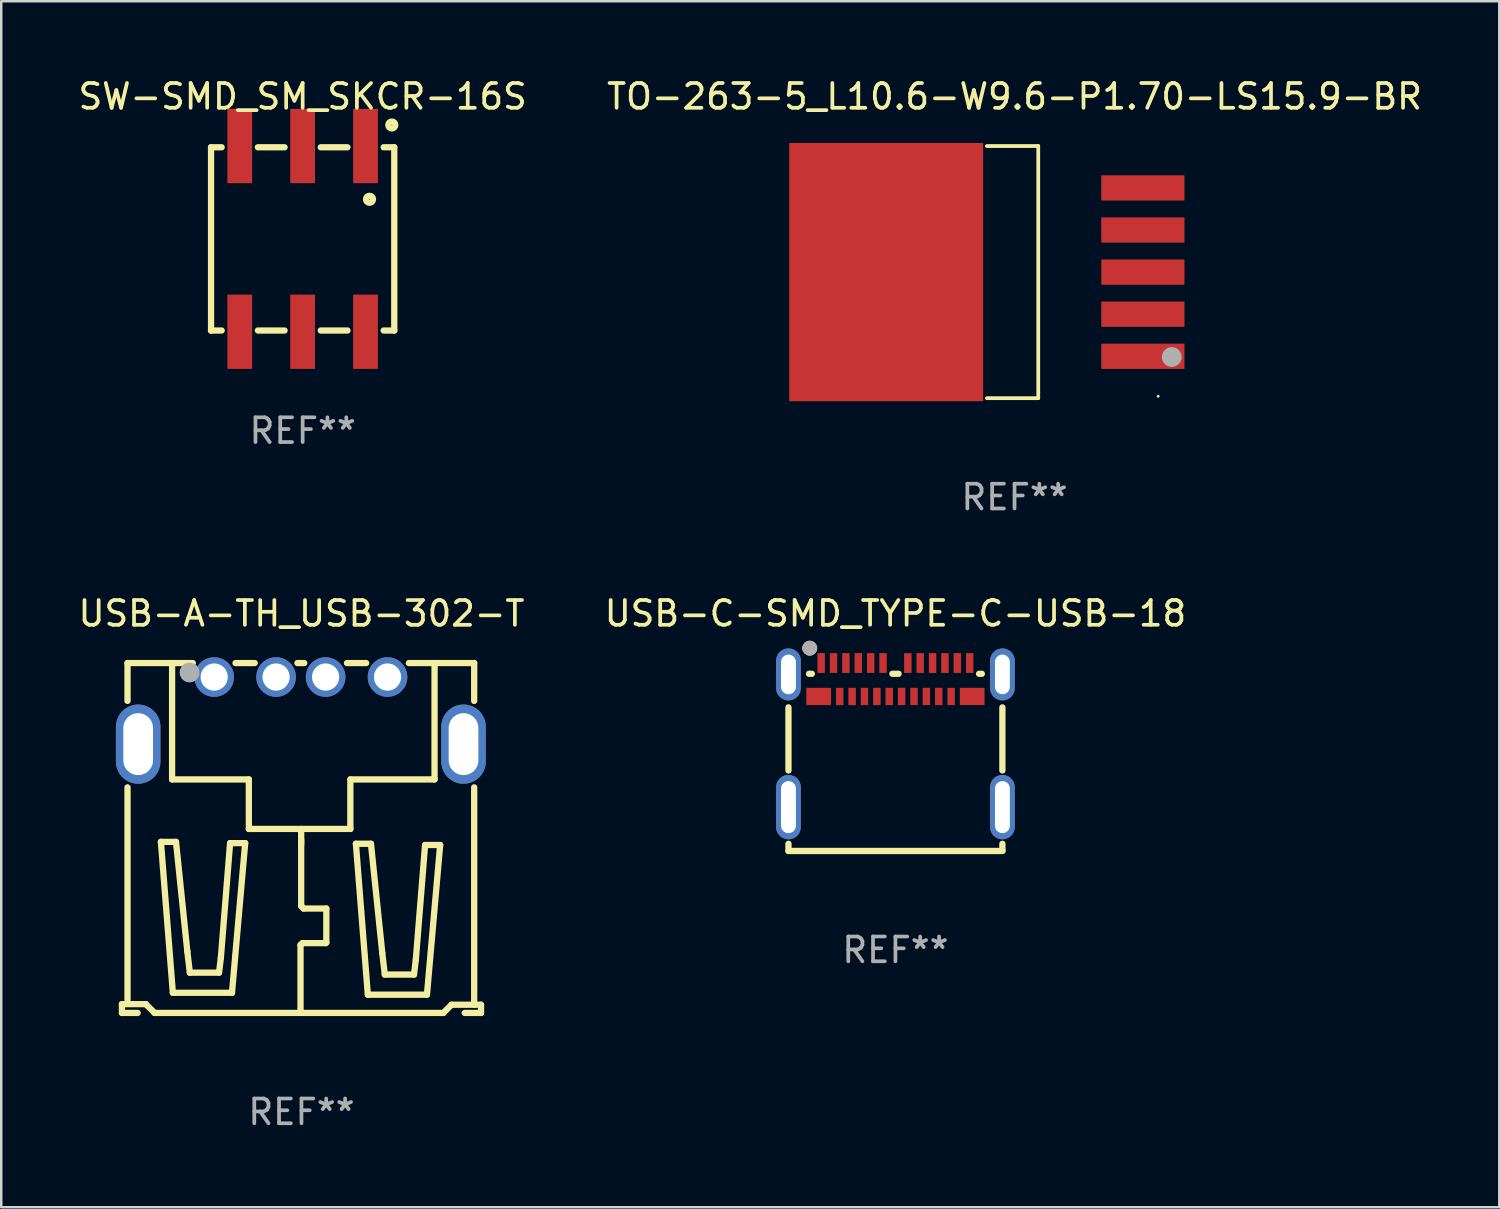
<source format=kicad_pcb>
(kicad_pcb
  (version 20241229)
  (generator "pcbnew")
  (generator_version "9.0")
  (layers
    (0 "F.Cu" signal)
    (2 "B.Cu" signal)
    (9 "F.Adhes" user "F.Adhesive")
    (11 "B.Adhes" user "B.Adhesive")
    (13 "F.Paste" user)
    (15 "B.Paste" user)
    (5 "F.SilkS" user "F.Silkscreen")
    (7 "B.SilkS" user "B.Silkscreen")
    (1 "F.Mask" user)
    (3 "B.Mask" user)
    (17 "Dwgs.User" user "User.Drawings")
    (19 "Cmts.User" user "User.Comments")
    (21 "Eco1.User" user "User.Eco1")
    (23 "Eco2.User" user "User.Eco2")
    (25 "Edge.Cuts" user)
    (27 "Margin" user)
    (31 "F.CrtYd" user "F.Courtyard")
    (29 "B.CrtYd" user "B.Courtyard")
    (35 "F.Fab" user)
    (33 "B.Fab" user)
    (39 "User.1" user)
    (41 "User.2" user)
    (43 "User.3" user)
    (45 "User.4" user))
  (footprint "TO-263-5_L10.6-W9.6-P1.70-LS15.9-BR"
    (layer "F.Cu")
    (at 37.923 7.939)
    (property "Reference" "TO-263-5_L10.6-W9.6-P1.70-LS15.9-BR" (at 0 -7.091 0) (layer "F.SilkS") (effects (font (size 1 1) (thickness 0.15))))
    (attr through_hole)
    (fp_line (start -1.116 -5.091) (end 0.958 -5.091) (stroke (width 0.152) (type solid)) (layer "F.SilkS"))
    (fp_line (start -1.116 5.091) (end 0.958 5.091) (stroke (width 0.152) (type solid)) (layer "F.SilkS"))
    (fp_line (start 0.958 5.091) (end 0.958 -5.091) (stroke (width 0.152) (type solid)) (layer "F.SilkS"))
    (fp_circle (center 5.8 5.015) (end 5.83 5.015) (stroke (width 0.06) (type solid)) (fill no) (layer "F.SilkS"))
    (fp_circle (center 6.35 3.429) (end 6.55 3.429) (stroke (width 0.4) (type solid)) (fill no) (layer "F.Fab"))
    (fp_text user "REF**" (at 0 9.091 0) (layer "F.Fab") (effects (font (size 1 1) (thickness 0.15))))
    (pad "1" smd rect (at 5.183 3.4) (size 3.359 1.02) (layers "F.Cu" "F.Mask" "F.Paste"))
    (pad "2" smd rect (at 5.183 1.7) (size 3.359 1.02) (layers "F.Cu" "F.Mask" "F.Paste"))
    (pad "3" smd rect (at 5.183 0) (size 3.359 1.02) (layers "F.Cu" "F.Mask" "F.Paste"))
    (pad "4" smd rect (at 5.183 -1.7) (size 3.359 1.02) (layers "F.Cu" "F.Mask" "F.Paste"))
    (pad "5" smd rect (at 5.183 -3.4) (size 3.359 1.02) (layers "F.Cu" "F.Mask" "F.Paste"))
    (pad "6" smd rect (at -5.183 0) (size 7.831 10.431) (layers "F.Cu" "F.Mask" "F.Paste")))
  (footprint "SW-SMD_SM_SKCR-16S"
    (layer "F.Cu")
    (at 9.173 6.598)
    (property "Reference" "SW-SMD_SM_SKCR-16S" (at 0 -5.75 0) (layer "F.SilkS") (effects (font (size 1 1) (thickness 0.15))))
    (attr through_hole)
    (fp_line (start -3.7 -3.7) (end -3.271 -3.7) (stroke (width 0.254) (type solid)) (layer "F.SilkS"))
    (fp_line (start -3.7 3.7) (end -3.7 -3.7) (stroke (width 0.254) (type solid)) (layer "F.SilkS"))
    (fp_line (start -3.271 3.7) (end -3.7 3.7) (stroke (width 0.254) (type solid)) (layer "F.SilkS"))
    (fp_line (start -1.809 -3.7) (end -0.731 -3.7) (stroke (width 0.254) (type solid)) (layer "F.SilkS"))
    (fp_line (start -0.731 3.7) (end -1.809 3.7) (stroke (width 0.254) (type solid)) (layer "F.SilkS"))
    (fp_line (start 0.731 -3.7) (end 1.809 -3.7) (stroke (width 0.254) (type solid)) (layer "F.SilkS"))
    (fp_line (start 1.809 3.7) (end 0.731 3.7) (stroke (width 0.254) (type solid)) (layer "F.SilkS"))
    (fp_line (start 3.271 -3.7) (end 3.7 -3.7) (stroke (width 0.254) (type solid)) (layer "F.SilkS"))
    (fp_line (start 3.7 -3.7) (end 3.7 3.7) (stroke (width 0.254) (type solid)) (layer "F.SilkS"))
    (fp_line (start 3.7 3.7) (end 3.271 3.7) (stroke (width 0.254) (type solid)) (layer "F.SilkS"))
    (fp_circle (center 2.7 -1.6) (end 2.842 -1.6) (stroke (width 0.254) (type solid)) (fill no) (layer "F.SilkS"))
    (fp_circle (center 3.6 -4.6) (end 3.741 -4.6) (stroke (width 0.254) (type solid)) (fill no) (layer "F.SilkS"))
    (fp_text user "REF**" (at 0 7.75 0) (layer "F.Fab") (effects (font (size 1 1) (thickness 0.15))))
    (pad "1" smd rect (at 2.54 -3.75) (size 1 3) (layers "F.Cu" "F.Mask" "F.Paste"))
    (pad "2" smd rect (at -2.54 3.75) (size 1 3) (layers "F.Cu" "F.Mask" "F.Paste"))
    (pad "4" smd rect (at -2.54 -3.75) (size 1 3) (layers "F.Cu" "F.Mask" "F.Paste"))
    (pad "8" smd rect (at 2.54 3.75) (size 1 3) (layers "F.Cu" "F.Mask" "F.Paste"))
    (pad "C1" smd rect (at 0 -3.75) (size 1 3) (layers "F.Cu" "F.Mask" "F.Paste"))
    (pad "C2" smd rect (at 0 3.75) (size 1 3) (layers "F.Cu" "F.Mask" "F.Paste")))
  (footprint "USB-A-TH_USB-302-T"
    (layer "F.Cu")
    (at 9.1 25.648)
    (property "Reference" "USB-A-TH_USB-302-T" (at 0.025 -3.92 0) (layer "F.SilkS") (effects (font (size 1 1) (thickness 0.15))))
    (attr through_hole)
    (fp_line (start -7.226 11.855) (end -6.261 11.855) (stroke (width 0.254) (type solid)) (layer "F.SilkS"))
    (fp_line (start -7.226 12.211) (end -6.591 12.211) (stroke (width 0.254) (type solid)) (layer "F.SilkS"))
    (fp_line (start -7.224 12.211) (end -7.226 11.855) (stroke (width 0.254) (type solid)) (layer "F.SilkS"))
    (fp_line (start -7 -1.92) (end -4.362 -1.92) (stroke (width 0.254) (type solid)) (layer "F.SilkS"))
    (fp_line (start -7 -0.391) (end -7 -1.92) (stroke (width 0.254) (type solid)) (layer "F.SilkS"))
    (fp_line (start -7 11.68) (end -7 3.101) (stroke (width 0.254) (type solid)) (layer "F.SilkS"))
    (fp_line (start -6.261 11.855) (end -5.906 12.211) (stroke (width 0.254) (type solid)) (layer "F.SilkS"))
    (fp_line (start -5.906 12.211) (end 5.753 12.211) (stroke (width 0.254) (type solid)) (layer "F.SilkS"))
    (fp_line (start -5.652 5.302) (end -5.169 11.398) (stroke (width 0.254) (type solid)) (layer "F.SilkS"))
    (fp_line (start -5.2 -1.92) (end -5.2 2.78) (stroke (width 0.254) (type solid)) (layer "F.SilkS"))
    (fp_line (start -5.2 2.78) (end -2.1 2.78) (stroke (width 0.254) (type solid)) (layer "F.SilkS"))
    (fp_line (start -5.169 11.398) (end -2.781 11.398) (stroke (width 0.254) (type solid)) (layer "F.SilkS"))
    (fp_line (start -5.042 5.302) (end -5.652 5.302) (stroke (width 0.254) (type solid)) (layer "F.SilkS"))
    (fp_line (start -4.585 9.721) (end -5.042 5.302) (stroke (width 0.254) (type solid)) (layer "F.SilkS"))
    (fp_line (start -4.483 10.585) (end -4.585 9.721) (stroke (width 0.254) (type solid)) (layer "F.SilkS"))
    (fp_line (start -3.305 10.585) (end -4.483 10.585) (stroke (width 0.254) (type solid)) (layer "F.SilkS"))
    (fp_line (start -3.231 9.991) (end -3.305 10.585) (stroke (width 0.254) (type solid)) (layer "F.SilkS"))
    (fp_line (start -2.858 5.353) (end -3.231 9.991) (stroke (width 0.254) (type solid)) (layer "F.SilkS"))
    (fp_line (start -2.781 11.398) (end -2.248 5.353) (stroke (width 0.254) (type solid)) (layer "F.SilkS"))
    (fp_line (start -2.638 -1.92) (end -1.862 -1.92) (stroke (width 0.254) (type solid)) (layer "F.SilkS"))
    (fp_line (start -2.248 5.353) (end -2.858 5.353) (stroke (width 0.254) (type solid)) (layer "F.SilkS"))
    (fp_line (start -2.1 2.78) (end -2.1 4.78) (stroke (width 0.254) (type solid)) (layer "F.SilkS"))
    (fp_line (start -2.1 4.78) (end 2 4.78) (stroke (width 0.254) (type solid)) (layer "F.SilkS"))
    (fp_line (start -0.138 -1.92) (end 0.138 -1.92) (stroke (width 0.254) (type solid)) (layer "F.SilkS"))
    (fp_line (start -0.013 9.467) (end -0.013 12.211) (stroke (width 0.254) (type solid)) (layer "F.SilkS"))
    (fp_line (start 0.013 5.226) (end 0.013 7.893) (stroke (width 0.254) (type solid)) (layer "F.SilkS"))
    (fp_line (start 0.013 5.407) (end 0.013 4.78) (stroke (width 0.254) (type solid)) (layer "F.SilkS"))
    (fp_line (start 0.013 7.893) (end 0.114 7.994) (stroke (width 0.254) (type solid)) (layer "F.SilkS"))
    (fp_line (start 0.064 9.391) (end -0.013 9.467) (stroke (width 0.254) (type solid)) (layer "F.SilkS"))
    (fp_line (start 0.114 7.994) (end 1.029 7.994) (stroke (width 0.254) (type solid)) (layer "F.SilkS"))
    (fp_line (start 1.003 9.391) (end 0.064 9.391) (stroke (width 0.254) (type solid)) (layer "F.SilkS"))
    (fp_line (start 1.029 7.994) (end 1.029 9.366) (stroke (width 0.254) (type solid)) (layer "F.SilkS"))
    (fp_line (start 1.029 9.366) (end 1.003 9.391) (stroke (width 0.254) (type solid)) (layer "F.SilkS"))
    (fp_line (start 1.862 -1.92) (end 2.638 -1.92) (stroke (width 0.254) (type solid)) (layer "F.SilkS"))
    (fp_line (start 2 2.78) (end 5.4 2.78) (stroke (width 0.254) (type solid)) (layer "F.SilkS"))
    (fp_line (start 2 4.78) (end 2 2.78) (stroke (width 0.254) (type solid)) (layer "F.SilkS"))
    (fp_line (start 2.223 5.378) (end 2.705 11.474) (stroke (width 0.254) (type solid)) (layer "F.SilkS"))
    (fp_line (start 2.705 11.474) (end 5.093 11.474) (stroke (width 0.254) (type solid)) (layer "F.SilkS"))
    (fp_line (start 2.832 5.378) (end 2.223 5.378) (stroke (width 0.254) (type solid)) (layer "F.SilkS"))
    (fp_line (start 3.289 9.798) (end 2.832 5.378) (stroke (width 0.254) (type solid)) (layer "F.SilkS"))
    (fp_line (start 3.391 10.661) (end 3.289 9.798) (stroke (width 0.254) (type solid)) (layer "F.SilkS"))
    (fp_line (start 4.362 -1.92) (end 7 -1.92) (stroke (width 0.254) (type solid)) (layer "F.SilkS"))
    (fp_line (start 4.569 10.661) (end 3.391 10.661) (stroke (width 0.254) (type solid)) (layer "F.SilkS"))
    (fp_line (start 4.643 10.067) (end 4.569 10.661) (stroke (width 0.254) (type solid)) (layer "F.SilkS"))
    (fp_line (start 5.017 5.429) (end 4.643 10.067) (stroke (width 0.254) (type solid)) (layer "F.SilkS"))
    (fp_line (start 5.093 11.474) (end 5.626 5.429) (stroke (width 0.254) (type solid)) (layer "F.SilkS"))
    (fp_line (start 5.4 2.78) (end 5.4 -1.92) (stroke (width 0.254) (type solid)) (layer "F.SilkS"))
    (fp_line (start 5.626 5.429) (end 5.017 5.429) (stroke (width 0.254) (type solid)) (layer "F.SilkS"))
    (fp_line (start 5.753 12.211) (end 6.083 11.88) (stroke (width 0.254) (type solid)) (layer "F.SilkS"))
    (fp_line (start 6.083 11.88) (end 7.277 11.88) (stroke (width 0.254) (type solid)) (layer "F.SilkS"))
    (fp_line (start 7 -1.92) (end 7 -0.391) (stroke (width 0.254) (type solid)) (layer "F.SilkS"))
    (fp_line (start 7 3.101) (end 7 11.88) (stroke (width 0.254) (type solid)) (layer "F.SilkS"))
    (fp_line (start 7.277 11.88) (end 7.277 12.211) (stroke (width 0.254) (type solid)) (layer "F.SilkS"))
    (fp_line (start 7.277 12.211) (end 6.617 12.211) (stroke (width 0.254) (type solid)) (layer "F.SilkS"))
    (fp_circle (center -7.037 -1.88) (end -7.007 -1.88) (stroke (width 0.06) (type solid)) (fill no) (layer "F.SilkS"))
    (fp_circle (center -4.495 -1.538) (end -4.295 -1.538) (stroke (width 0.4) (type solid)) (fill no) (layer "F.Fab"))
    (fp_text user "REF**" (at 0.025 16.211 0) (layer "F.Fab") (effects (font (size 1 1) (thickness 0.15))))
    (pad "1" thru_hole circle (at -3.5 -1.355) (size 1.6 1.6) (drill 1.1) (layers "*.Cu" "*.Mask"))
    (pad "2" thru_hole circle (at -1 -1.355) (size 1.6 1.6) (drill 1.1) (layers "*.Cu" "*.Mask"))
    (pad "3" thru_hole circle (at 1 -1.355) (size 1.6 1.6) (drill 1.1) (layers "*.Cu" "*.Mask"))
    (pad "4" thru_hole circle (at 3.5 -1.355) (size 1.6 1.6) (drill 1.1) (layers "*.Cu" "*.Mask"))
    (pad "5" thru_hole oval (at -6.57 1.355 90) (size 3.2 1.8) (drill oval 2.5 1.2) (layers "*.Cu" "*.Mask"))
    (pad "6" thru_hole oval (at 6.57 1.355 270) (size 3.2 1.8) (drill oval 2.5 1.2) (layers "*.Cu" "*.Mask")))
  (footprint "USB-C-SMD_TYPE-C-USB-18"
    (layer "F.Cu")
    (at 33.113 26.637)
    (property "Reference" "USB-C-SMD_TYPE-C-USB-18" (at 0 -4.91 0) (layer "F.SilkS") (effects (font (size 1 1) (thickness 0.15))))
    (attr through_hole)
    (fp_line (start -4.32 1.429) (end -4.32 -1.119) (stroke (width 0.254) (type solid)) (layer "F.SilkS"))
    (fp_line (start -4.32 4.68) (end -4.32 4.391) (stroke (width 0.254) (type solid)) (layer "F.SilkS"))
    (fp_line (start -3.489 -2.475) (end -3.376 -2.475) (stroke (width 0.254) (type solid)) (layer "F.SilkS"))
    (fp_line (start -0.122 -2.475) (end 0.126 -2.475) (stroke (width 0.254) (type solid)) (layer "F.SilkS"))
    (fp_line (start 3.378 -2.475) (end 3.489 -2.475) (stroke (width 0.254) (type solid)) (layer "F.SilkS"))
    (fp_line (start 4.32 -1.119) (end 4.32 1.429) (stroke (width 0.254) (type solid)) (layer "F.SilkS"))
    (fp_line (start 4.32 4.391) (end 4.32 4.68) (stroke (width 0.254) (type solid)) (layer "F.SilkS"))
    (fp_line (start 4.32 4.68) (end -4.32 4.68) (stroke (width 0.254) (type solid)) (layer "F.SilkS"))
    (fp_circle (center -4.48 -3.025) (end -4.45 -3.025) (stroke (width 0.06) (type solid)) (fill no) (layer "F.SilkS"))
    (fp_circle (center -3.46 -3.51) (end -3.31 -3.51) (stroke (width 0.3) (type solid)) (fill no) (layer "F.SilkS"))
    (fp_circle (center -3.46 -3.51) (end -3.31 -3.51) (stroke (width 0.3) (type solid)) (fill no) (layer "F.Fab"))
    (fp_text user "REF**" (at 0 8.68 0) (layer "F.Fab") (effects (font (size 1 1) (thickness 0.15))))
    (pad "0" thru_hole oval (at -4.32 -2.45) (size 1 2.1) (drill oval 0.6 1.6) (layers "*.Cu" "*.Mask"))
    (pad "0" thru_hole oval (at -4.32 2.91) (size 1 2.6) (drill oval 0.6 2.1) (layers "*.Cu" "*.Mask"))
    (pad "0" thru_hole oval (at 4.32 -2.45) (size 1 2.1) (drill oval 0.6 1.6) (layers "*.Cu" "*.Mask"))
    (pad "0" thru_hole oval (at 4.32 2.91) (size 1 2.6) (drill oval 0.6 2.1) (layers "*.Cu" "*.Mask"))
    (pad "A1" smd rect (at -3 -2.91) (size 0.3 0.8) (layers "F.Cu" "F.Mask" "F.Paste"))
    (pad "A2" smd rect (at -2.5 -2.91) (size 0.3 0.8) (layers "F.Cu" "F.Mask" "F.Paste"))
    (pad "A3" smd rect (at -2 -2.91) (size 0.3 0.8) (layers "F.Cu" "F.Mask" "F.Paste"))
    (pad "A4" smd rect (at -1.5 -2.91) (size 0.3 0.8) (layers "F.Cu" "F.Mask" "F.Paste"))
    (pad "A5" smd rect (at -1 -2.91) (size 0.3 0.8) (layers "F.Cu" "F.Mask" "F.Paste"))
    (pad "A6" smd rect (at -0.5 -2.91) (size 0.3 0.8) (layers "F.Cu" "F.Mask" "F.Paste"))
    (pad "A7" smd rect (at 0.5 -2.91) (size 0.3 0.8) (layers "F.Cu" "F.Mask" "F.Paste"))
    (pad "A8" smd rect (at 1 -2.91) (size 0.3 0.8) (layers "F.Cu" "F.Mask" "F.Paste"))
    (pad "A9" smd rect (at 1.5 -2.91) (size 0.3 0.8) (layers "F.Cu" "F.Mask" "F.Paste"))
    (pad "A10" smd rect (at 2 -2.91) (size 0.3 0.8) (layers "F.Cu" "F.Mask" "F.Paste"))
    (pad "A11" smd rect (at 2.5 -2.91) (size 0.3 0.8) (layers "F.Cu" "F.Mask" "F.Paste"))
    (pad "A12" smd rect (at 3 -2.91) (size 0.3 0.8) (layers "F.Cu" "F.Mask" "F.Paste"))
    (pad "B1" smd rect (at 3.1 -1.56) (size 1 0.7) (layers "F.Cu" "F.Mask" "F.Paste"))
    (pad "B2" smd rect (at 2.25 -1.56) (size 0.3 0.7) (layers "F.Cu" "F.Mask" "F.Paste"))
    (pad "B3" smd rect (at 1.75 -1.56) (size 0.3 0.7) (layers "F.Cu" "F.Mask" "F.Paste"))
    (pad "B4" smd rect (at 1.25 -1.56) (size 0.3 0.7) (layers "F.Cu" "F.Mask" "F.Paste"))
    (pad "B5" smd rect (at 0.75 -1.56) (size 0.3 0.7) (layers "F.Cu" "F.Mask" "F.Paste"))
    (pad "B6" smd rect (at 0.25 -1.56) (size 0.3 0.7) (layers "F.Cu" "F.Mask" "F.Paste"))
    (pad "B7" smd rect (at -0.25 -1.56) (size 0.3 0.7) (layers "F.Cu" "F.Mask" "F.Paste"))
    (pad "B8" smd rect (at -0.75 -1.56) (size 0.3 0.7) (layers "F.Cu" "F.Mask" "F.Paste"))
    (pad "B9" smd rect (at -1.25 -1.56) (size 0.3 0.7) (layers "F.Cu" "F.Mask" "F.Paste"))
    (pad "B10" smd rect (at -1.75 -1.56) (size 0.3 0.7) (layers "F.Cu" "F.Mask" "F.Paste"))
    (pad "B11" smd rect (at -2.25 -1.56) (size 0.3 0.7) (layers "F.Cu" "F.Mask" "F.Paste"))
    (pad "B12" smd rect (at -3.1 -1.56) (size 1 0.7) (layers "F.Cu" "F.Mask" "F.Paste")))
  (gr_rect
    (start -3 -3)
    (end 57.5 45.706)
    (stroke (width 0.1) (type default))
    (fill no)
    (layer "Edge.Cuts")))
</source>
